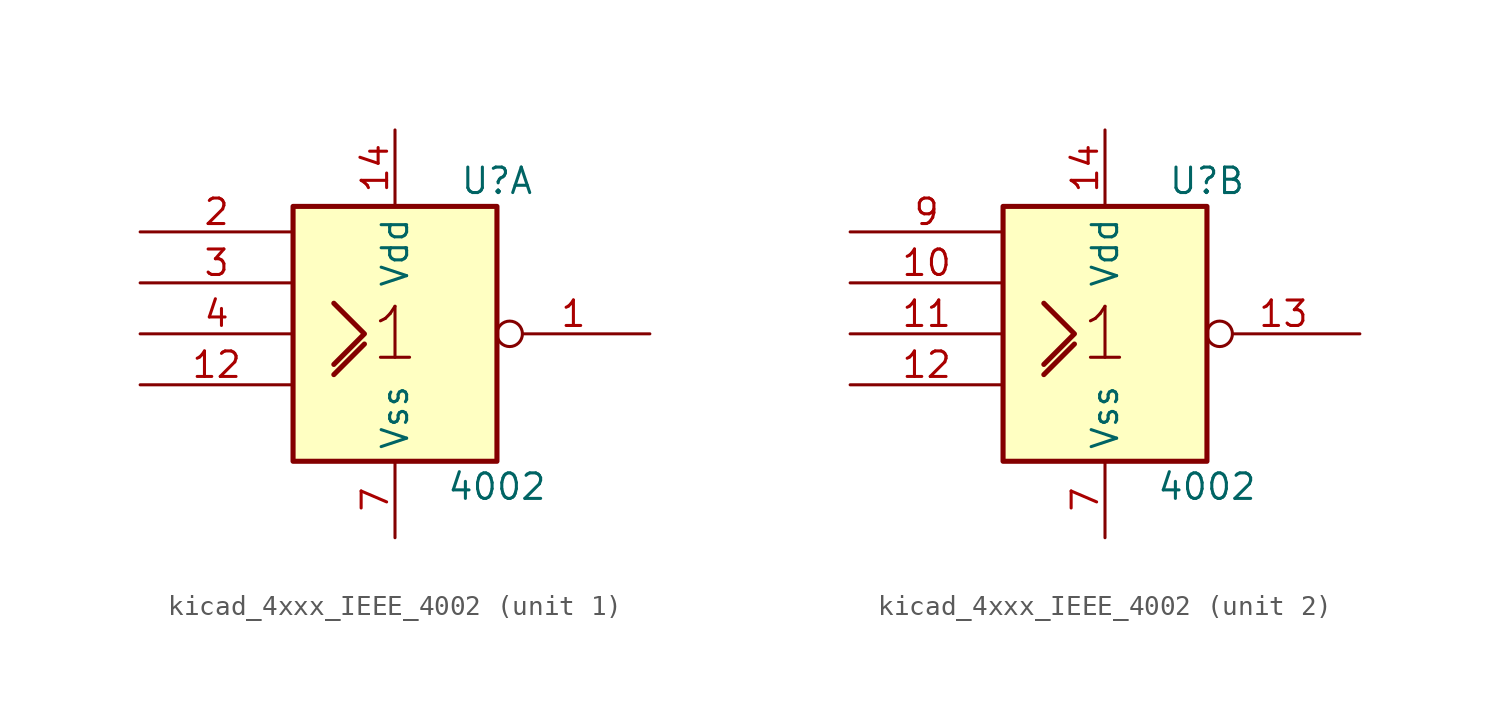
<source format=kicad_sym>
(kicad_symbol_lib
  (version 20220914)
  (generator kicad_symbol_editor)
  (symbol "kicad_4xxx_IEEE_4002"
    (property "Reference" "U"
      (at 5.08 7.62 0)
      (effects (font (size 1.27 1.27))))
    (property "Value" "4002"
      (at 5.08 -7.62 0)
      (effects (font (size 1.27 1.27))))
    (symbol "kicad_4xxx_IEEE_4002_0_0"
      (polyline (pts (xy -3.048 -2.032) (xy -1.524 -0.508) (xy -1.524 -0.508)) (stroke (width 0.254) (type default)) (fill (type background)))
      (polyline (pts (xy -3.048 1.524) (xy -1.524 0) (xy -3.048 -1.524) (xy -3.048 -1.524)) (stroke (width 0.254) (type default)) (fill (type background)))
      (text "1" (at 0 0 0) (effects (font (size 2.54 2.54)))))
    (symbol "kicad_4xxx_IEEE_4002_0_1"
      (rectangle (start -5.08 6.35) (end 5.08 -6.35) (stroke (width 0.254) (type default)) (fill (type background)))
      (pin power_in line (at 0 10.16 270) (length 3.81) (name "Vdd" (effects (font (size 1.27 1.27)))) (number "14" (effects (font (size 1.27 1.27)))))
      (pin power_in line (at 0 -10.16 90) (length 3.81) (name "Vss" (effects (font (size 1.27 1.27)))) (number "7" (effects (font (size 1.27 1.27))))))
    (symbol "kicad_4xxx_IEEE_4002_1_1"
      (pin output inverted (at 12.7 0 180) (length 7.62) (name "~" (effects (font (size 1.27 1.27)))) (number "1" (effects (font (size 1.27 1.27)))))
      (pin input line (at -12.7 -2.54 0) (length 7.62) (name "~" (effects (font (size 1.27 1.27)))) (number "12" (effects (font (size 1.27 1.27)))))
      (pin input line (at -12.7 5.08 0) (length 7.62) (name "~" (effects (font (size 1.27 1.27)))) (number "2" (effects (font (size 1.27 1.27)))))
      (pin input line (at -12.7 2.54 0) (length 7.62) (name "~" (effects (font (size 1.27 1.27)))) (number "3" (effects (font (size 1.27 1.27)))))
      (pin input line (at -12.7 0 0) (length 7.62) (name "~" (effects (font (size 1.27 1.27)))) (number "4" (effects (font (size 1.27 1.27))))))
    (symbol "kicad_4xxx_IEEE_4002_2_1"
      (pin input line (at -12.7 2.54 0) (length 7.62) (name "~" (effects (font (size 1.27 1.27)))) (number "10" (effects (font (size 1.27 1.27)))))
      (pin input line (at -12.7 0 0) (length 7.62) (name "~" (effects (font (size 1.27 1.27)))) (number "11" (effects (font (size 1.27 1.27)))))
      (pin input line (at -12.7 -2.54 0) (length 7.62) (name "~" (effects (font (size 1.27 1.27)))) (number "12" (effects (font (size 1.27 1.27)))))
      (pin output inverted (at 12.7 0 180) (length 7.62) (name "~" (effects (font (size 1.27 1.27)))) (number "13" (effects (font (size 1.27 1.27)))))
      (pin input line (at -12.7 5.08 0) (length 7.62) (name "~" (effects (font (size 1.27 1.27)))) (number "9" (effects (font (size 1.27 1.27))))))))
</source>
